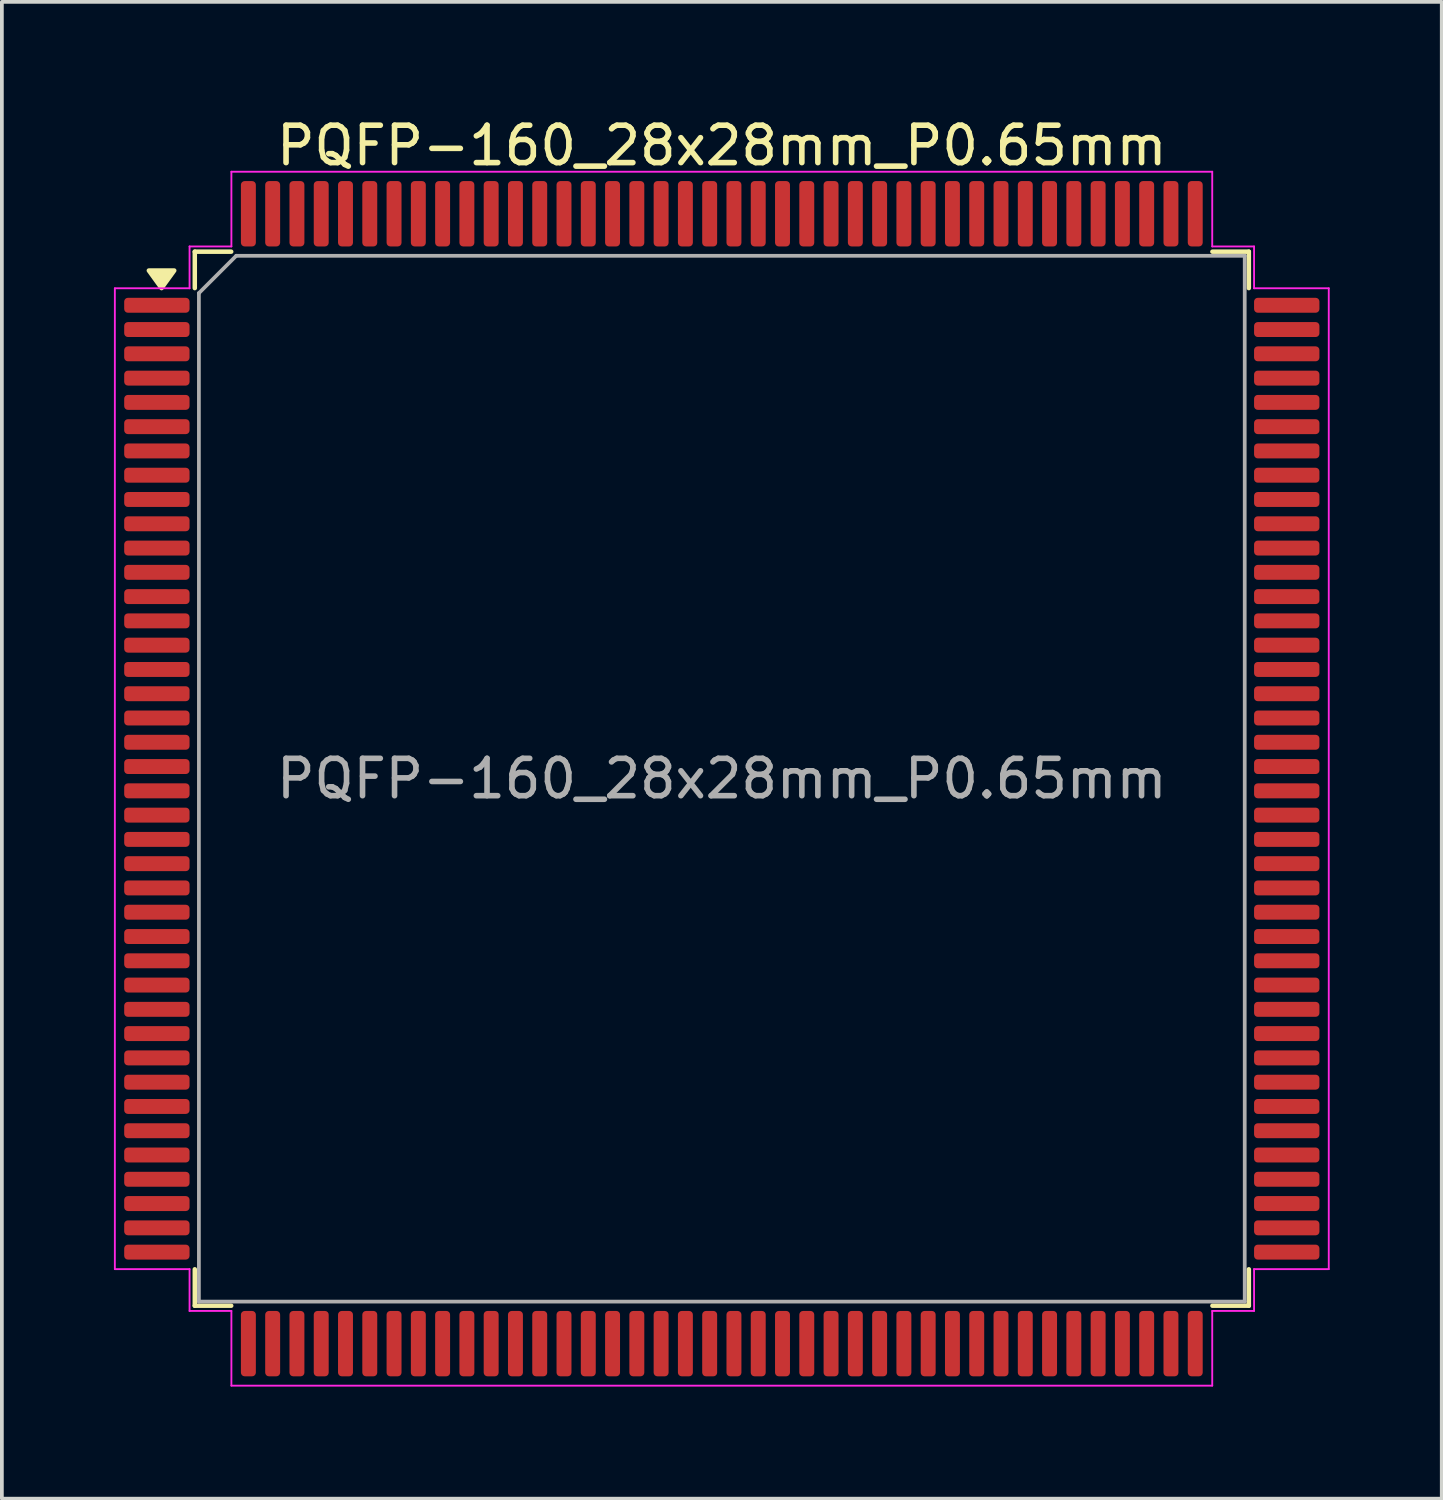
<source format=kicad_pcb>
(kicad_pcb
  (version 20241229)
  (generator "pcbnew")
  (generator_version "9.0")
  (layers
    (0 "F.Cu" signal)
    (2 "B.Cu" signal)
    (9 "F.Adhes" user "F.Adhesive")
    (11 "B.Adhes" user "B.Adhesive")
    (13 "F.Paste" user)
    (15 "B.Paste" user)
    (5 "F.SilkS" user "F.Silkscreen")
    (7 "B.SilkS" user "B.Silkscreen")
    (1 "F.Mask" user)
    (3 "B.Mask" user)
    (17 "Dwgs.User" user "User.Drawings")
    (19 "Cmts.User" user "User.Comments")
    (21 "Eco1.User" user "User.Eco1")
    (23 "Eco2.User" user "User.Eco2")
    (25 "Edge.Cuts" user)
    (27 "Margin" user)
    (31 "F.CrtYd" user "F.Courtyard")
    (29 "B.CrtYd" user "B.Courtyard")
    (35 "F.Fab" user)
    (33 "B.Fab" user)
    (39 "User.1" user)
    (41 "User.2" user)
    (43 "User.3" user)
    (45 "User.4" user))
  (footprint "PQFP-160_28x28mm_P0.65mm"
    (layer "F.Cu")
    (at 16.275 17.798)
    (property "Reference" "PQFP-160_28x28mm_P0.65mm" (at 0 -16.95 0) (layer "F.SilkS") (effects (font (size 1 1) (thickness 0.15))))
    (attr smd)
    (fp_line (start -14.11 -14.11) (end -14.11 -13.135) (stroke (width 0.12) (type solid)) (layer "F.SilkS"))
    (fp_line (start -14.11 14.11) (end -14.11 13.135) (stroke (width 0.12) (type solid)) (layer "F.SilkS"))
    (fp_line (start -13.135 -14.11) (end -14.11 -14.11) (stroke (width 0.12) (type solid)) (layer "F.SilkS"))
    (fp_line (start -13.135 14.11) (end -14.11 14.11) (stroke (width 0.12) (type solid)) (layer "F.SilkS"))
    (fp_line (start 13.135 -14.11) (end 14.11 -14.11) (stroke (width 0.12) (type solid)) (layer "F.SilkS"))
    (fp_line (start 13.135 14.11) (end 14.11 14.11) (stroke (width 0.12) (type solid)) (layer "F.SilkS"))
    (fp_line (start 14.11 -14.11) (end 14.11 -13.135) (stroke (width 0.12) (type solid)) (layer "F.SilkS"))
    (fp_line (start 14.11 14.11) (end 14.11 13.135) (stroke (width 0.12) (type solid)) (layer "F.SilkS"))
    (fp_poly (pts (xy -15 -13.135) (xy -15.34 -13.605) (xy -14.66 -13.605)) (stroke (width 0.12) (type solid)) (fill yes) (layer "F.SilkS"))
    (fp_line (start -16.25 -13.13) (end -14.25 -13.13) (stroke (width 0.05) (type solid)) (layer "F.CrtYd"))
    (fp_line (start -16.25 13.13) (end -16.25 -13.13) (stroke (width 0.05) (type solid)) (layer "F.CrtYd"))
    (fp_line (start -14.25 -14.25) (end -13.13 -14.25) (stroke (width 0.05) (type solid)) (layer "F.CrtYd"))
    (fp_line (start -14.25 -13.13) (end -14.25 -14.25) (stroke (width 0.05) (type solid)) (layer "F.CrtYd"))
    (fp_line (start -14.25 13.13) (end -16.25 13.13) (stroke (width 0.05) (type solid)) (layer "F.CrtYd"))
    (fp_line (start -14.25 14.25) (end -14.25 13.13) (stroke (width 0.05) (type solid)) (layer "F.CrtYd"))
    (fp_line (start -13.13 -16.25) (end 13.13 -16.25) (stroke (width 0.05) (type solid)) (layer "F.CrtYd"))
    (fp_line (start -13.13 -14.25) (end -13.13 -16.25) (stroke (width 0.05) (type solid)) (layer "F.CrtYd"))
    (fp_line (start -13.13 14.25) (end -14.25 14.25) (stroke (width 0.05) (type solid)) (layer "F.CrtYd"))
    (fp_line (start -13.13 16.25) (end -13.13 14.25) (stroke (width 0.05) (type solid)) (layer "F.CrtYd"))
    (fp_line (start 13.13 -16.25) (end 13.13 -14.25) (stroke (width 0.05) (type solid)) (layer "F.CrtYd"))
    (fp_line (start 13.13 -14.25) (end 14.25 -14.25) (stroke (width 0.05) (type solid)) (layer "F.CrtYd"))
    (fp_line (start 13.13 14.25) (end 13.13 16.25) (stroke (width 0.05) (type solid)) (layer "F.CrtYd"))
    (fp_line (start 13.13 16.25) (end -13.13 16.25) (stroke (width 0.05) (type solid)) (layer "F.CrtYd"))
    (fp_line (start 14.25 -14.25) (end 14.25 -13.13) (stroke (width 0.05) (type solid)) (layer "F.CrtYd"))
    (fp_line (start 14.25 -13.13) (end 16.25 -13.13) (stroke (width 0.05) (type solid)) (layer "F.CrtYd"))
    (fp_line (start 14.25 13.13) (end 14.25 14.25) (stroke (width 0.05) (type solid)) (layer "F.CrtYd"))
    (fp_line (start 14.25 14.25) (end 13.13 14.25) (stroke (width 0.05) (type solid)) (layer "F.CrtYd"))
    (fp_line (start 16.25 -13.13) (end 16.25 13.13) (stroke (width 0.05) (type solid)) (layer "F.CrtYd"))
    (fp_line (start 16.25 13.13) (end 14.25 13.13) (stroke (width 0.05) (type solid)) (layer "F.CrtYd"))
    (fp_line (start -14 -13) (end -13 -14) (stroke (width 0.1) (type solid)) (layer "F.Fab"))
    (fp_line (start -14 14) (end -14 -13) (stroke (width 0.1) (type solid)) (layer "F.Fab"))
    (fp_line (start -13 -14) (end 14 -14) (stroke (width 0.1) (type solid)) (layer "F.Fab"))
    (fp_line (start 14 -14) (end 14 14) (stroke (width 0.1) (type solid)) (layer "F.Fab"))
    (fp_line (start 14 14) (end -14 14) (stroke (width 0.1) (type solid)) (layer "F.Fab"))
    (fp_text user "${REFERENCE}" (at 0 0 0) (layer "F.Fab") (effects (font (size 1 1) (thickness 0.15))))
    (pad "1" smd roundrect (at -15.125 -12.675) (size 1.75 0.4) (layers "F.Cu" "F.Mask" "F.Paste") (roundrect_rratio 0.25))
    (pad "2" smd roundrect (at -15.125 -12.025) (size 1.75 0.4) (layers "F.Cu" "F.Mask" "F.Paste") (roundrect_rratio 0.25))
    (pad "3" smd roundrect (at -15.125 -11.375) (size 1.75 0.4) (layers "F.Cu" "F.Mask" "F.Paste") (roundrect_rratio 0.25))
    (pad "4" smd roundrect (at -15.125 -10.725) (size 1.75 0.4) (layers "F.Cu" "F.Mask" "F.Paste") (roundrect_rratio 0.25))
    (pad "5" smd roundrect (at -15.125 -10.075) (size 1.75 0.4) (layers "F.Cu" "F.Mask" "F.Paste") (roundrect_rratio 0.25))
    (pad "6" smd roundrect (at -15.125 -9.425) (size 1.75 0.4) (layers "F.Cu" "F.Mask" "F.Paste") (roundrect_rratio 0.25))
    (pad "7" smd roundrect (at -15.125 -8.775) (size 1.75 0.4) (layers "F.Cu" "F.Mask" "F.Paste") (roundrect_rratio 0.25))
    (pad "8" smd roundrect (at -15.125 -8.125) (size 1.75 0.4) (layers "F.Cu" "F.Mask" "F.Paste") (roundrect_rratio 0.25))
    (pad "9" smd roundrect (at -15.125 -7.475) (size 1.75 0.4) (layers "F.Cu" "F.Mask" "F.Paste") (roundrect_rratio 0.25))
    (pad "10" smd roundrect (at -15.125 -6.825) (size 1.75 0.4) (layers "F.Cu" "F.Mask" "F.Paste") (roundrect_rratio 0.25))
    (pad "11" smd roundrect (at -15.125 -6.175) (size 1.75 0.4) (layers "F.Cu" "F.Mask" "F.Paste") (roundrect_rratio 0.25))
    (pad "12" smd roundrect (at -15.125 -5.525) (size 1.75 0.4) (layers "F.Cu" "F.Mask" "F.Paste") (roundrect_rratio 0.25))
    (pad "13" smd roundrect (at -15.125 -4.875) (size 1.75 0.4) (layers "F.Cu" "F.Mask" "F.Paste") (roundrect_rratio 0.25))
    (pad "14" smd roundrect (at -15.125 -4.225) (size 1.75 0.4) (layers "F.Cu" "F.Mask" "F.Paste") (roundrect_rratio 0.25))
    (pad "15" smd roundrect (at -15.125 -3.575) (size 1.75 0.4) (layers "F.Cu" "F.Mask" "F.Paste") (roundrect_rratio 0.25))
    (pad "16" smd roundrect (at -15.125 -2.925) (size 1.75 0.4) (layers "F.Cu" "F.Mask" "F.Paste") (roundrect_rratio 0.25))
    (pad "17" smd roundrect (at -15.125 -2.275) (size 1.75 0.4) (layers "F.Cu" "F.Mask" "F.Paste") (roundrect_rratio 0.25))
    (pad "18" smd roundrect (at -15.125 -1.625) (size 1.75 0.4) (layers "F.Cu" "F.Mask" "F.Paste") (roundrect_rratio 0.25))
    (pad "19" smd roundrect (at -15.125 -0.975) (size 1.75 0.4) (layers "F.Cu" "F.Mask" "F.Paste") (roundrect_rratio 0.25))
    (pad "20" smd roundrect (at -15.125 -0.325) (size 1.75 0.4) (layers "F.Cu" "F.Mask" "F.Paste") (roundrect_rratio 0.25))
    (pad "21" smd roundrect (at -15.125 0.325) (size 1.75 0.4) (layers "F.Cu" "F.Mask" "F.Paste") (roundrect_rratio 0.25))
    (pad "22" smd roundrect (at -15.125 0.975) (size 1.75 0.4) (layers "F.Cu" "F.Mask" "F.Paste") (roundrect_rratio 0.25))
    (pad "23" smd roundrect (at -15.125 1.625) (size 1.75 0.4) (layers "F.Cu" "F.Mask" "F.Paste") (roundrect_rratio 0.25))
    (pad "24" smd roundrect (at -15.125 2.275) (size 1.75 0.4) (layers "F.Cu" "F.Mask" "F.Paste") (roundrect_rratio 0.25))
    (pad "25" smd roundrect (at -15.125 2.925) (size 1.75 0.4) (layers "F.Cu" "F.Mask" "F.Paste") (roundrect_rratio 0.25))
    (pad "26" smd roundrect (at -15.125 3.575) (size 1.75 0.4) (layers "F.Cu" "F.Mask" "F.Paste") (roundrect_rratio 0.25))
    (pad "27" smd roundrect (at -15.125 4.225) (size 1.75 0.4) (layers "F.Cu" "F.Mask" "F.Paste") (roundrect_rratio 0.25))
    (pad "28" smd roundrect (at -15.125 4.875) (size 1.75 0.4) (layers "F.Cu" "F.Mask" "F.Paste") (roundrect_rratio 0.25))
    (pad "29" smd roundrect (at -15.125 5.525) (size 1.75 0.4) (layers "F.Cu" "F.Mask" "F.Paste") (roundrect_rratio 0.25))
    (pad "30" smd roundrect (at -15.125 6.175) (size 1.75 0.4) (layers "F.Cu" "F.Mask" "F.Paste") (roundrect_rratio 0.25))
    (pad "31" smd roundrect (at -15.125 6.825) (size 1.75 0.4) (layers "F.Cu" "F.Mask" "F.Paste") (roundrect_rratio 0.25))
    (pad "32" smd roundrect (at -15.125 7.475) (size 1.75 0.4) (layers "F.Cu" "F.Mask" "F.Paste") (roundrect_rratio 0.25))
    (pad "33" smd roundrect (at -15.125 8.125) (size 1.75 0.4) (layers "F.Cu" "F.Mask" "F.Paste") (roundrect_rratio 0.25))
    (pad "34" smd roundrect (at -15.125 8.775) (size 1.75 0.4) (layers "F.Cu" "F.Mask" "F.Paste") (roundrect_rratio 0.25))
    (pad "35" smd roundrect (at -15.125 9.425) (size 1.75 0.4) (layers "F.Cu" "F.Mask" "F.Paste") (roundrect_rratio 0.25))
    (pad "36" smd roundrect (at -15.125 10.075) (size 1.75 0.4) (layers "F.Cu" "F.Mask" "F.Paste") (roundrect_rratio 0.25))
    (pad "37" smd roundrect (at -15.125 10.725) (size 1.75 0.4) (layers "F.Cu" "F.Mask" "F.Paste") (roundrect_rratio 0.25))
    (pad "38" smd roundrect (at -15.125 11.375) (size 1.75 0.4) (layers "F.Cu" "F.Mask" "F.Paste") (roundrect_rratio 0.25))
    (pad "39" smd roundrect (at -15.125 12.025) (size 1.75 0.4) (layers "F.Cu" "F.Mask" "F.Paste") (roundrect_rratio 0.25))
    (pad "40" smd roundrect (at -15.125 12.675) (size 1.75 0.4) (layers "F.Cu" "F.Mask" "F.Paste") (roundrect_rratio 0.25))
    (pad "41" smd roundrect (at -12.675 15.125) (size 0.4 1.75) (layers "F.Cu" "F.Mask" "F.Paste") (roundrect_rratio 0.25))
    (pad "42" smd roundrect (at -12.025 15.125) (size 0.4 1.75) (layers "F.Cu" "F.Mask" "F.Paste") (roundrect_rratio 0.25))
    (pad "43" smd roundrect (at -11.375 15.125) (size 0.4 1.75) (layers "F.Cu" "F.Mask" "F.Paste") (roundrect_rratio 0.25))
    (pad "44" smd roundrect (at -10.725 15.125) (size 0.4 1.75) (layers "F.Cu" "F.Mask" "F.Paste") (roundrect_rratio 0.25))
    (pad "45" smd roundrect (at -10.075 15.125) (size 0.4 1.75) (layers "F.Cu" "F.Mask" "F.Paste") (roundrect_rratio 0.25))
    (pad "46" smd roundrect (at -9.425 15.125) (size 0.4 1.75) (layers "F.Cu" "F.Mask" "F.Paste") (roundrect_rratio 0.25))
    (pad "47" smd roundrect (at -8.775 15.125) (size 0.4 1.75) (layers "F.Cu" "F.Mask" "F.Paste") (roundrect_rratio 0.25))
    (pad "48" smd roundrect (at -8.125 15.125) (size 0.4 1.75) (layers "F.Cu" "F.Mask" "F.Paste") (roundrect_rratio 0.25))
    (pad "49" smd roundrect (at -7.475 15.125) (size 0.4 1.75) (layers "F.Cu" "F.Mask" "F.Paste") (roundrect_rratio 0.25))
    (pad "50" smd roundrect (at -6.825 15.125) (size 0.4 1.75) (layers "F.Cu" "F.Mask" "F.Paste") (roundrect_rratio 0.25))
    (pad "51" smd roundrect (at -6.175 15.125) (size 0.4 1.75) (layers "F.Cu" "F.Mask" "F.Paste") (roundrect_rratio 0.25))
    (pad "52" smd roundrect (at -5.525 15.125) (size 0.4 1.75) (layers "F.Cu" "F.Mask" "F.Paste") (roundrect_rratio 0.25))
    (pad "53" smd roundrect (at -4.875 15.125) (size 0.4 1.75) (layers "F.Cu" "F.Mask" "F.Paste") (roundrect_rratio 0.25))
    (pad "54" smd roundrect (at -4.225 15.125) (size 0.4 1.75) (layers "F.Cu" "F.Mask" "F.Paste") (roundrect_rratio 0.25))
    (pad "55" smd roundrect (at -3.575 15.125) (size 0.4 1.75) (layers "F.Cu" "F.Mask" "F.Paste") (roundrect_rratio 0.25))
    (pad "56" smd roundrect (at -2.925 15.125) (size 0.4 1.75) (layers "F.Cu" "F.Mask" "F.Paste") (roundrect_rratio 0.25))
    (pad "57" smd roundrect (at -2.275 15.125) (size 0.4 1.75) (layers "F.Cu" "F.Mask" "F.Paste") (roundrect_rratio 0.25))
    (pad "58" smd roundrect (at -1.625 15.125) (size 0.4 1.75) (layers "F.Cu" "F.Mask" "F.Paste") (roundrect_rratio 0.25))
    (pad "59" smd roundrect (at -0.975 15.125) (size 0.4 1.75) (layers "F.Cu" "F.Mask" "F.Paste") (roundrect_rratio 0.25))
    (pad "60" smd roundrect (at -0.325 15.125) (size 0.4 1.75) (layers "F.Cu" "F.Mask" "F.Paste") (roundrect_rratio 0.25))
    (pad "61" smd roundrect (at 0.325 15.125) (size 0.4 1.75) (layers "F.Cu" "F.Mask" "F.Paste") (roundrect_rratio 0.25))
    (pad "62" smd roundrect (at 0.975 15.125) (size 0.4 1.75) (layers "F.Cu" "F.Mask" "F.Paste") (roundrect_rratio 0.25))
    (pad "63" smd roundrect (at 1.625 15.125) (size 0.4 1.75) (layers "F.Cu" "F.Mask" "F.Paste") (roundrect_rratio 0.25))
    (pad "64" smd roundrect (at 2.275 15.125) (size 0.4 1.75) (layers "F.Cu" "F.Mask" "F.Paste") (roundrect_rratio 0.25))
    (pad "65" smd roundrect (at 2.925 15.125) (size 0.4 1.75) (layers "F.Cu" "F.Mask" "F.Paste") (roundrect_rratio 0.25))
    (pad "66" smd roundrect (at 3.575 15.125) (size 0.4 1.75) (layers "F.Cu" "F.Mask" "F.Paste") (roundrect_rratio 0.25))
    (pad "67" smd roundrect (at 4.225 15.125) (size 0.4 1.75) (layers "F.Cu" "F.Mask" "F.Paste") (roundrect_rratio 0.25))
    (pad "68" smd roundrect (at 4.875 15.125) (size 0.4 1.75) (layers "F.Cu" "F.Mask" "F.Paste") (roundrect_rratio 0.25))
    (pad "69" smd roundrect (at 5.525 15.125) (size 0.4 1.75) (layers "F.Cu" "F.Mask" "F.Paste") (roundrect_rratio 0.25))
    (pad "70" smd roundrect (at 6.175 15.125) (size 0.4 1.75) (layers "F.Cu" "F.Mask" "F.Paste") (roundrect_rratio 0.25))
    (pad "71" smd roundrect (at 6.825 15.125) (size 0.4 1.75) (layers "F.Cu" "F.Mask" "F.Paste") (roundrect_rratio 0.25))
    (pad "72" smd roundrect (at 7.475 15.125) (size 0.4 1.75) (layers "F.Cu" "F.Mask" "F.Paste") (roundrect_rratio 0.25))
    (pad "73" smd roundrect (at 8.125 15.125) (size 0.4 1.75) (layers "F.Cu" "F.Mask" "F.Paste") (roundrect_rratio 0.25))
    (pad "74" smd roundrect (at 8.775 15.125) (size 0.4 1.75) (layers "F.Cu" "F.Mask" "F.Paste") (roundrect_rratio 0.25))
    (pad "75" smd roundrect (at 9.425 15.125) (size 0.4 1.75) (layers "F.Cu" "F.Mask" "F.Paste") (roundrect_rratio 0.25))
    (pad "76" smd roundrect (at 10.075 15.125) (size 0.4 1.75) (layers "F.Cu" "F.Mask" "F.Paste") (roundrect_rratio 0.25))
    (pad "77" smd roundrect (at 10.725 15.125) (size 0.4 1.75) (layers "F.Cu" "F.Mask" "F.Paste") (roundrect_rratio 0.25))
    (pad "78" smd roundrect (at 11.375 15.125) (size 0.4 1.75) (layers "F.Cu" "F.Mask" "F.Paste") (roundrect_rratio 0.25))
    (pad "79" smd roundrect (at 12.025 15.125) (size 0.4 1.75) (layers "F.Cu" "F.Mask" "F.Paste") (roundrect_rratio 0.25))
    (pad "80" smd roundrect (at 12.675 15.125) (size 0.4 1.75) (layers "F.Cu" "F.Mask" "F.Paste") (roundrect_rratio 0.25))
    (pad "81" smd roundrect (at 15.125 12.675) (size 1.75 0.4) (layers "F.Cu" "F.Mask" "F.Paste") (roundrect_rratio 0.25))
    (pad "82" smd roundrect (at 15.125 12.025) (size 1.75 0.4) (layers "F.Cu" "F.Mask" "F.Paste") (roundrect_rratio 0.25))
    (pad "83" smd roundrect (at 15.125 11.375) (size 1.75 0.4) (layers "F.Cu" "F.Mask" "F.Paste") (roundrect_rratio 0.25))
    (pad "84" smd roundrect (at 15.125 10.725) (size 1.75 0.4) (layers "F.Cu" "F.Mask" "F.Paste") (roundrect_rratio 0.25))
    (pad "85" smd roundrect (at 15.125 10.075) (size 1.75 0.4) (layers "F.Cu" "F.Mask" "F.Paste") (roundrect_rratio 0.25))
    (pad "86" smd roundrect (at 15.125 9.425) (size 1.75 0.4) (layers "F.Cu" "F.Mask" "F.Paste") (roundrect_rratio 0.25))
    (pad "87" smd roundrect (at 15.125 8.775) (size 1.75 0.4) (layers "F.Cu" "F.Mask" "F.Paste") (roundrect_rratio 0.25))
    (pad "88" smd roundrect (at 15.125 8.125) (size 1.75 0.4) (layers "F.Cu" "F.Mask" "F.Paste") (roundrect_rratio 0.25))
    (pad "89" smd roundrect (at 15.125 7.475) (size 1.75 0.4) (layers "F.Cu" "F.Mask" "F.Paste") (roundrect_rratio 0.25))
    (pad "90" smd roundrect (at 15.125 6.825) (size 1.75 0.4) (layers "F.Cu" "F.Mask" "F.Paste") (roundrect_rratio 0.25))
    (pad "91" smd roundrect (at 15.125 6.175) (size 1.75 0.4) (layers "F.Cu" "F.Mask" "F.Paste") (roundrect_rratio 0.25))
    (pad "92" smd roundrect (at 15.125 5.525) (size 1.75 0.4) (layers "F.Cu" "F.Mask" "F.Paste") (roundrect_rratio 0.25))
    (pad "93" smd roundrect (at 15.125 4.875) (size 1.75 0.4) (layers "F.Cu" "F.Mask" "F.Paste") (roundrect_rratio 0.25))
    (pad "94" smd roundrect (at 15.125 4.225) (size 1.75 0.4) (layers "F.Cu" "F.Mask" "F.Paste") (roundrect_rratio 0.25))
    (pad "95" smd roundrect (at 15.125 3.575) (size 1.75 0.4) (layers "F.Cu" "F.Mask" "F.Paste") (roundrect_rratio 0.25))
    (pad "96" smd roundrect (at 15.125 2.925) (size 1.75 0.4) (layers "F.Cu" "F.Mask" "F.Paste") (roundrect_rratio 0.25))
    (pad "97" smd roundrect (at 15.125 2.275) (size 1.75 0.4) (layers "F.Cu" "F.Mask" "F.Paste") (roundrect_rratio 0.25))
    (pad "98" smd roundrect (at 15.125 1.625) (size 1.75 0.4) (layers "F.Cu" "F.Mask" "F.Paste") (roundrect_rratio 0.25))
    (pad "99" smd roundrect (at 15.125 0.975) (size 1.75 0.4) (layers "F.Cu" "F.Mask" "F.Paste") (roundrect_rratio 0.25))
    (pad "100" smd roundrect (at 15.125 0.325) (size 1.75 0.4) (layers "F.Cu" "F.Mask" "F.Paste") (roundrect_rratio 0.25))
    (pad "101" smd roundrect (at 15.125 -0.325) (size 1.75 0.4) (layers "F.Cu" "F.Mask" "F.Paste") (roundrect_rratio 0.25))
    (pad "102" smd roundrect (at 15.125 -0.975) (size 1.75 0.4) (layers "F.Cu" "F.Mask" "F.Paste") (roundrect_rratio 0.25))
    (pad "103" smd roundrect (at 15.125 -1.625) (size 1.75 0.4) (layers "F.Cu" "F.Mask" "F.Paste") (roundrect_rratio 0.25))
    (pad "104" smd roundrect (at 15.125 -2.275) (size 1.75 0.4) (layers "F.Cu" "F.Mask" "F.Paste") (roundrect_rratio 0.25))
    (pad "105" smd roundrect (at 15.125 -2.925) (size 1.75 0.4) (layers "F.Cu" "F.Mask" "F.Paste") (roundrect_rratio 0.25))
    (pad "106" smd roundrect (at 15.125 -3.575) (size 1.75 0.4) (layers "F.Cu" "F.Mask" "F.Paste") (roundrect_rratio 0.25))
    (pad "107" smd roundrect (at 15.125 -4.225) (size 1.75 0.4) (layers "F.Cu" "F.Mask" "F.Paste") (roundrect_rratio 0.25))
    (pad "108" smd roundrect (at 15.125 -4.875) (size 1.75 0.4) (layers "F.Cu" "F.Mask" "F.Paste") (roundrect_rratio 0.25))
    (pad "109" smd roundrect (at 15.125 -5.525) (size 1.75 0.4) (layers "F.Cu" "F.Mask" "F.Paste") (roundrect_rratio 0.25))
    (pad "110" smd roundrect (at 15.125 -6.175) (size 1.75 0.4) (layers "F.Cu" "F.Mask" "F.Paste") (roundrect_rratio 0.25))
    (pad "111" smd roundrect (at 15.125 -6.825) (size 1.75 0.4) (layers "F.Cu" "F.Mask" "F.Paste") (roundrect_rratio 0.25))
    (pad "112" smd roundrect (at 15.125 -7.475) (size 1.75 0.4) (layers "F.Cu" "F.Mask" "F.Paste") (roundrect_rratio 0.25))
    (pad "113" smd roundrect (at 15.125 -8.125) (size 1.75 0.4) (layers "F.Cu" "F.Mask" "F.Paste") (roundrect_rratio 0.25))
    (pad "114" smd roundrect (at 15.125 -8.775) (size 1.75 0.4) (layers "F.Cu" "F.Mask" "F.Paste") (roundrect_rratio 0.25))
    (pad "115" smd roundrect (at 15.125 -9.425) (size 1.75 0.4) (layers "F.Cu" "F.Mask" "F.Paste") (roundrect_rratio 0.25))
    (pad "116" smd roundrect (at 15.125 -10.075) (size 1.75 0.4) (layers "F.Cu" "F.Mask" "F.Paste") (roundrect_rratio 0.25))
    (pad "117" smd roundrect (at 15.125 -10.725) (size 1.75 0.4) (layers "F.Cu" "F.Mask" "F.Paste") (roundrect_rratio 0.25))
    (pad "118" smd roundrect (at 15.125 -11.375) (size 1.75 0.4) (layers "F.Cu" "F.Mask" "F.Paste") (roundrect_rratio 0.25))
    (pad "119" smd roundrect (at 15.125 -12.025) (size 1.75 0.4) (layers "F.Cu" "F.Mask" "F.Paste") (roundrect_rratio 0.25))
    (pad "120" smd roundrect (at 15.125 -12.675) (size 1.75 0.4) (layers "F.Cu" "F.Mask" "F.Paste") (roundrect_rratio 0.25))
    (pad "121" smd roundrect (at 12.675 -15.125) (size 0.4 1.75) (layers "F.Cu" "F.Mask" "F.Paste") (roundrect_rratio 0.25))
    (pad "122" smd roundrect (at 12.025 -15.125) (size 0.4 1.75) (layers "F.Cu" "F.Mask" "F.Paste") (roundrect_rratio 0.25))
    (pad "123" smd roundrect (at 11.375 -15.125) (size 0.4 1.75) (layers "F.Cu" "F.Mask" "F.Paste") (roundrect_rratio 0.25))
    (pad "124" smd roundrect (at 10.725 -15.125) (size 0.4 1.75) (layers "F.Cu" "F.Mask" "F.Paste") (roundrect_rratio 0.25))
    (pad "125" smd roundrect (at 10.075 -15.125) (size 0.4 1.75) (layers "F.Cu" "F.Mask" "F.Paste") (roundrect_rratio 0.25))
    (pad "126" smd roundrect (at 9.425 -15.125) (size 0.4 1.75) (layers "F.Cu" "F.Mask" "F.Paste") (roundrect_rratio 0.25))
    (pad "127" smd roundrect (at 8.775 -15.125) (size 0.4 1.75) (layers "F.Cu" "F.Mask" "F.Paste") (roundrect_rratio 0.25))
    (pad "128" smd roundrect (at 8.125 -15.125) (size 0.4 1.75) (layers "F.Cu" "F.Mask" "F.Paste") (roundrect_rratio 0.25))
    (pad "129" smd roundrect (at 7.475 -15.125) (size 0.4 1.75) (layers "F.Cu" "F.Mask" "F.Paste") (roundrect_rratio 0.25))
    (pad "130" smd roundrect (at 6.825 -15.125) (size 0.4 1.75) (layers "F.Cu" "F.Mask" "F.Paste") (roundrect_rratio 0.25))
    (pad "131" smd roundrect (at 6.175 -15.125) (size 0.4 1.75) (layers "F.Cu" "F.Mask" "F.Paste") (roundrect_rratio 0.25))
    (pad "132" smd roundrect (at 5.525 -15.125) (size 0.4 1.75) (layers "F.Cu" "F.Mask" "F.Paste") (roundrect_rratio 0.25))
    (pad "133" smd roundrect (at 4.875 -15.125) (size 0.4 1.75) (layers "F.Cu" "F.Mask" "F.Paste") (roundrect_rratio 0.25))
    (pad "134" smd roundrect (at 4.225 -15.125) (size 0.4 1.75) (layers "F.Cu" "F.Mask" "F.Paste") (roundrect_rratio 0.25))
    (pad "135" smd roundrect (at 3.575 -15.125) (size 0.4 1.75) (layers "F.Cu" "F.Mask" "F.Paste") (roundrect_rratio 0.25))
    (pad "136" smd roundrect (at 2.925 -15.125) (size 0.4 1.75) (layers "F.Cu" "F.Mask" "F.Paste") (roundrect_rratio 0.25))
    (pad "137" smd roundrect (at 2.275 -15.125) (size 0.4 1.75) (layers "F.Cu" "F.Mask" "F.Paste") (roundrect_rratio 0.25))
    (pad "138" smd roundrect (at 1.625 -15.125) (size 0.4 1.75) (layers "F.Cu" "F.Mask" "F.Paste") (roundrect_rratio 0.25))
    (pad "139" smd roundrect (at 0.975 -15.125) (size 0.4 1.75) (layers "F.Cu" "F.Mask" "F.Paste") (roundrect_rratio 0.25))
    (pad "140" smd roundrect (at 0.325 -15.125) (size 0.4 1.75) (layers "F.Cu" "F.Mask" "F.Paste") (roundrect_rratio 0.25))
    (pad "141" smd roundrect (at -0.325 -15.125) (size 0.4 1.75) (layers "F.Cu" "F.Mask" "F.Paste") (roundrect_rratio 0.25))
    (pad "142" smd roundrect (at -0.975 -15.125) (size 0.4 1.75) (layers "F.Cu" "F.Mask" "F.Paste") (roundrect_rratio 0.25))
    (pad "143" smd roundrect (at -1.625 -15.125) (size 0.4 1.75) (layers "F.Cu" "F.Mask" "F.Paste") (roundrect_rratio 0.25))
    (pad "144" smd roundrect (at -2.275 -15.125) (size 0.4 1.75) (layers "F.Cu" "F.Mask" "F.Paste") (roundrect_rratio 0.25))
    (pad "145" smd roundrect (at -2.925 -15.125) (size 0.4 1.75) (layers "F.Cu" "F.Mask" "F.Paste") (roundrect_rratio 0.25))
    (pad "146" smd roundrect (at -3.575 -15.125) (size 0.4 1.75) (layers "F.Cu" "F.Mask" "F.Paste") (roundrect_rratio 0.25))
    (pad "147" smd roundrect (at -4.225 -15.125) (size 0.4 1.75) (layers "F.Cu" "F.Mask" "F.Paste") (roundrect_rratio 0.25))
    (pad "148" smd roundrect (at -4.875 -15.125) (size 0.4 1.75) (layers "F.Cu" "F.Mask" "F.Paste") (roundrect_rratio 0.25))
    (pad "149" smd roundrect (at -5.525 -15.125) (size 0.4 1.75) (layers "F.Cu" "F.Mask" "F.Paste") (roundrect_rratio 0.25))
    (pad "150" smd roundrect (at -6.175 -15.125) (size 0.4 1.75) (layers "F.Cu" "F.Mask" "F.Paste") (roundrect_rratio 0.25))
    (pad "151" smd roundrect (at -6.825 -15.125) (size 0.4 1.75) (layers "F.Cu" "F.Mask" "F.Paste") (roundrect_rratio 0.25))
    (pad "152" smd roundrect (at -7.475 -15.125) (size 0.4 1.75) (layers "F.Cu" "F.Mask" "F.Paste") (roundrect_rratio 0.25))
    (pad "153" smd roundrect (at -8.125 -15.125) (size 0.4 1.75) (layers "F.Cu" "F.Mask" "F.Paste") (roundrect_rratio 0.25))
    (pad "154" smd roundrect (at -8.775 -15.125) (size 0.4 1.75) (layers "F.Cu" "F.Mask" "F.Paste") (roundrect_rratio 0.25))
    (pad "155" smd roundrect (at -9.425 -15.125) (size 0.4 1.75) (layers "F.Cu" "F.Mask" "F.Paste") (roundrect_rratio 0.25))
    (pad "156" smd roundrect (at -10.075 -15.125) (size 0.4 1.75) (layers "F.Cu" "F.Mask" "F.Paste") (roundrect_rratio 0.25))
    (pad "157" smd roundrect (at -10.725 -15.125) (size 0.4 1.75) (layers "F.Cu" "F.Mask" "F.Paste") (roundrect_rratio 0.25))
    (pad "158" smd roundrect (at -11.375 -15.125) (size 0.4 1.75) (layers "F.Cu" "F.Mask" "F.Paste") (roundrect_rratio 0.25))
    (pad "159" smd roundrect (at -12.025 -15.125) (size 0.4 1.75) (layers "F.Cu" "F.Mask" "F.Paste") (roundrect_rratio 0.25))
    (pad "160" smd roundrect (at -12.675 -15.125) (size 0.4 1.75) (layers "F.Cu" "F.Mask" "F.Paste") (roundrect_rratio 0.25)))
  (gr_rect
    (start -3 -3)
    (end 35.55 37.073)
    (stroke (width 0.1) (type default))
    (fill no)
    (layer "Edge.Cuts")))
</source>
